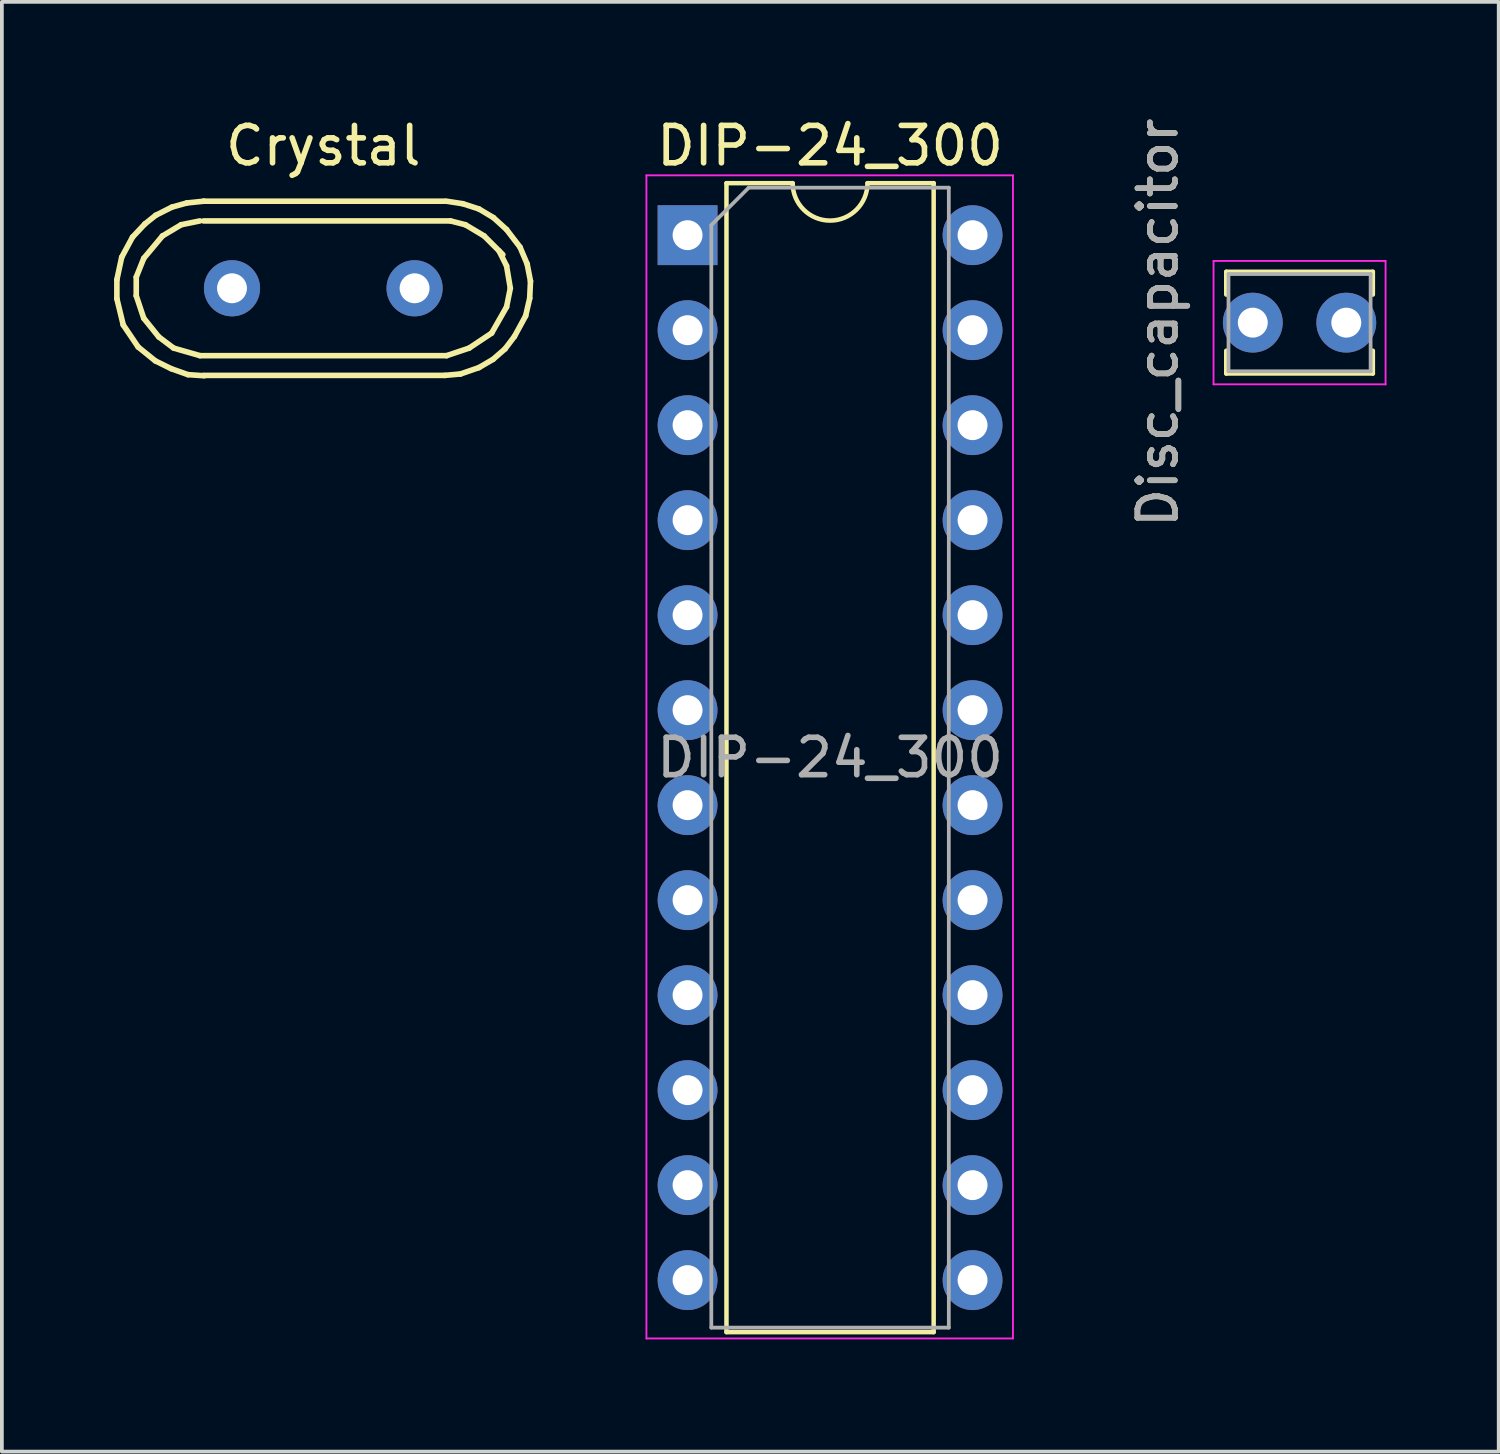
<source format=kicad_pcb>
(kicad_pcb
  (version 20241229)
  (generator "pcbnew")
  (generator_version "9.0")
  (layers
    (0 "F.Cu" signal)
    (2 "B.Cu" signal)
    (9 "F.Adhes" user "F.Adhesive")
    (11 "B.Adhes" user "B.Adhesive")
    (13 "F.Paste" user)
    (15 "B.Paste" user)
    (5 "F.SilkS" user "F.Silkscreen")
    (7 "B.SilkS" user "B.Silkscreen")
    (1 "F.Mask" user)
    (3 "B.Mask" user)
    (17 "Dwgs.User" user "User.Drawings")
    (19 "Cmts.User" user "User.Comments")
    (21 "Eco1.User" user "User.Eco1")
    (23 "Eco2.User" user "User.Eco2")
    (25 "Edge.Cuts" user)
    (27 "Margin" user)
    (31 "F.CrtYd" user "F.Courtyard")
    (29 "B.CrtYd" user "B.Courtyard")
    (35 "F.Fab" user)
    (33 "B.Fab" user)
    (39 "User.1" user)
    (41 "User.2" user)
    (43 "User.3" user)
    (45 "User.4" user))
  (footprint "DIP-24_300"
    (layer "F.Cu")
    (at 15.334 3.238)
    (property "Reference" "DIP-24_300" (at 3.81 -2.39 0) (layer "F.SilkS") (effects (font (size 1 1) (thickness 0.15))))
    (attr through_hole)
    (fp_line (start 1.04 -1.39) (end 1.04 29.33) (stroke (width 0.12) (type solid)) (layer "F.SilkS"))
    (fp_line (start 1.04 29.33) (end 6.58 29.33) (stroke (width 0.12) (type solid)) (layer "F.SilkS"))
    (fp_line (start 2.81 -1.39) (end 1.04 -1.39) (stroke (width 0.12) (type solid)) (layer "F.SilkS"))
    (fp_line (start 6.58 -1.39) (end 4.81 -1.39) (stroke (width 0.12) (type solid)) (layer "F.SilkS"))
    (fp_line (start 6.58 29.33) (end 6.58 -1.39) (stroke (width 0.12) (type solid)) (layer "F.SilkS"))
    (fp_arc (start 4.81 -1.39) (mid 3.81 -0.39) (end 2.81 -1.39) (stroke (width 0.12) (type solid)) (layer "F.SilkS"))
    (fp_line (start -1.1 -1.6) (end -1.1 29.5) (stroke (width 0.05) (type solid)) (layer "F.CrtYd"))
    (fp_line (start -1.1 29.5) (end 8.7 29.5) (stroke (width 0.05) (type solid)) (layer "F.CrtYd"))
    (fp_line (start 8.7 -1.6) (end -1.1 -1.6) (stroke (width 0.05) (type solid)) (layer "F.CrtYd"))
    (fp_line (start 8.7 29.5) (end 8.7 -1.6) (stroke (width 0.05) (type solid)) (layer "F.CrtYd"))
    (fp_line (start 0.635 -0.27) (end 1.635 -1.27) (stroke (width 0.1) (type solid)) (layer "F.Fab"))
    (fp_line (start 0.635 29.21) (end 0.635 -0.27) (stroke (width 0.1) (type solid)) (layer "F.Fab"))
    (fp_line (start 1.635 -1.27) (end 6.985 -1.27) (stroke (width 0.1) (type solid)) (layer "F.Fab"))
    (fp_line (start 6.985 -1.27) (end 6.985 29.21) (stroke (width 0.1) (type solid)) (layer "F.Fab"))
    (fp_line (start 6.985 29.21) (end 0.635 29.21) (stroke (width 0.1) (type solid)) (layer "F.Fab"))
    (fp_text user "${REFERENCE}" (at 3.81 13.97 0) (layer "F.Fab") (effects (font (size 1 1) (thickness 0.15))))
    (pad "1" thru_hole rect (at 0 0) (size 1.6 1.6) (drill 0.8) (layers "*.Cu" "*.Mask"))
    (pad "2" thru_hole oval (at 0 2.54) (size 1.6 1.6) (drill 0.8) (layers "*.Cu" "*.Mask"))
    (pad "3" thru_hole oval (at 0 5.08) (size 1.6 1.6) (drill 0.8) (layers "*.Cu" "*.Mask"))
    (pad "4" thru_hole oval (at 0 7.62) (size 1.6 1.6) (drill 0.8) (layers "*.Cu" "*.Mask"))
    (pad "5" thru_hole oval (at 0 10.16) (size 1.6 1.6) (drill 0.8) (layers "*.Cu" "*.Mask"))
    (pad "6" thru_hole oval (at 0 12.7) (size 1.6 1.6) (drill 0.8) (layers "*.Cu" "*.Mask"))
    (pad "7" thru_hole oval (at 0 15.24) (size 1.6 1.6) (drill 0.8) (layers "*.Cu" "*.Mask"))
    (pad "8" thru_hole oval (at 0 17.78) (size 1.6 1.6) (drill 0.8) (layers "*.Cu" "*.Mask"))
    (pad "9" thru_hole oval (at 0 20.32) (size 1.6 1.6) (drill 0.8) (layers "*.Cu" "*.Mask"))
    (pad "10" thru_hole oval (at 0 22.86) (size 1.6 1.6) (drill 0.8) (layers "*.Cu" "*.Mask"))
    (pad "11" thru_hole oval (at 0 25.4) (size 1.6 1.6) (drill 0.8) (layers "*.Cu" "*.Mask"))
    (pad "12" thru_hole oval (at 0 27.94) (size 1.6 1.6) (drill 0.8) (layers "*.Cu" "*.Mask"))
    (pad "13" thru_hole oval (at 7.62 27.94) (size 1.6 1.6) (drill 0.8) (layers "*.Cu" "*.Mask"))
    (pad "14" thru_hole oval (at 7.62 25.4) (size 1.6 1.6) (drill 0.8) (layers "*.Cu" "*.Mask"))
    (pad "15" thru_hole oval (at 7.62 22.86) (size 1.6 1.6) (drill 0.8) (layers "*.Cu" "*.Mask"))
    (pad "16" thru_hole oval (at 7.62 20.32) (size 1.6 1.6) (drill 0.8) (layers "*.Cu" "*.Mask"))
    (pad "17" thru_hole oval (at 7.62 17.78) (size 1.6 1.6) (drill 0.8) (layers "*.Cu" "*.Mask"))
    (pad "18" thru_hole oval (at 7.62 15.24) (size 1.6 1.6) (drill 0.8) (layers "*.Cu" "*.Mask"))
    (pad "19" thru_hole oval (at 7.62 12.7) (size 1.6 1.6) (drill 0.8) (layers "*.Cu" "*.Mask"))
    (pad "20" thru_hole oval (at 7.62 10.16) (size 1.6 1.6) (drill 0.8) (layers "*.Cu" "*.Mask"))
    (pad "21" thru_hole oval (at 7.62 7.62) (size 1.6 1.6) (drill 0.8) (layers "*.Cu" "*.Mask"))
    (pad "22" thru_hole oval (at 7.62 5.08) (size 1.6 1.6) (drill 0.8) (layers "*.Cu" "*.Mask"))
    (pad "23" thru_hole oval (at 7.62 2.54) (size 1.6 1.6) (drill 0.8) (layers "*.Cu" "*.Mask"))
    (pad "24" thru_hole oval (at 7.62 0) (size 1.6 1.6) (drill 0.8) (layers "*.Cu" "*.Mask")))
  (footprint "Disc_capacitor"
    (layer "F.Cu")
    (at 30.447 5.577)
    (property "Reference" "Disc_capacitor" (at -2.54 0 90) (layer "F.SilkS") (effects (font (size 1 1) (thickness 0.15))))
    (attr through_hole)
    (fp_line (start -0.71 -1.36) (end -0.71 -0.75) (stroke (width 0.12) (type solid)) (layer "F.SilkS"))
    (fp_line (start -0.71 -1.36) (end 3.21 -1.36) (stroke (width 0.12) (type solid)) (layer "F.SilkS"))
    (fp_line (start -0.71 0.75) (end -0.71 1.36) (stroke (width 0.12) (type solid)) (layer "F.SilkS"))
    (fp_line (start -0.71 1.36) (end 3.21 1.36) (stroke (width 0.12) (type solid)) (layer "F.SilkS"))
    (fp_line (start 3.21 -1.36) (end 3.21 -0.75) (stroke (width 0.12) (type solid)) (layer "F.SilkS"))
    (fp_line (start 3.21 0.75) (end 3.21 1.36) (stroke (width 0.12) (type solid)) (layer "F.SilkS"))
    (fp_line (start -1.05 -1.65) (end -1.05 1.65) (stroke (width 0.05) (type solid)) (layer "F.CrtYd"))
    (fp_line (start -1.05 1.65) (end 3.55 1.65) (stroke (width 0.05) (type solid)) (layer "F.CrtYd"))
    (fp_line (start 3.55 -1.65) (end -1.05 -1.65) (stroke (width 0.05) (type solid)) (layer "F.CrtYd"))
    (fp_line (start 3.55 1.65) (end 3.55 -1.65) (stroke (width 0.05) (type solid)) (layer "F.CrtYd"))
    (fp_line (start -0.65 -1.3) (end -0.65 1.3) (stroke (width 0.1) (type solid)) (layer "F.Fab"))
    (fp_line (start -0.65 1.3) (end 3.15 1.3) (stroke (width 0.1) (type solid)) (layer "F.Fab"))
    (fp_line (start 3.15 -1.3) (end -0.65 -1.3) (stroke (width 0.1) (type solid)) (layer "F.Fab"))
    (fp_line (start 3.15 1.3) (end 3.15 -1.3) (stroke (width 0.1) (type solid)) (layer "F.Fab"))
    (fp_text user "${REFERENCE}" (at -2.54 0 90) (layer "F.Fab") (effects (font (size 1 1) (thickness 0.15))))
    (pad "1" thru_hole circle (at 0 0) (size 1.6 1.6) (drill 0.8) (layers "*.Cu" "*.Mask"))
    (pad "2" thru_hole circle (at 2.5 0) (size 1.6 1.6) (drill 0.8) (layers "*.Cu" "*.Mask")))
  (footprint "Crystal"
    (layer "F.Cu")
    (at 5.594 4.658)
    (property "Reference" "Crystal" (at 0 -3.81 0) (layer "F.SilkS") (effects (font (size 1 1) (thickness 0.15))))
    (attr through_hole)
    (fp_line (start -5.519 -0.231) (end -5.519 0.279) (stroke (width 0.15) (type solid)) (layer "F.SilkS"))
    (fp_line (start -5.519 0.279) (end -5.349 0.98) (stroke (width 0.15) (type solid)) (layer "F.SilkS"))
    (fp_line (start -5.39 -0.831) (end -5.519 -0.231) (stroke (width 0.15) (type solid)) (layer "F.SilkS"))
    (fp_line (start -5.349 0.98) (end -4.95 1.57) (stroke (width 0.15) (type solid)) (layer "F.SilkS"))
    (fp_line (start -5.1 -1.369) (end -5.39 -0.831) (stroke (width 0.15) (type solid)) (layer "F.SilkS"))
    (fp_line (start -5.001 -0.3) (end -4.801 -0.8) (stroke (width 0.15) (type solid)) (layer "F.SilkS"))
    (fp_line (start -5.001 0.201) (end -5.001 -0.3) (stroke (width 0.15) (type solid)) (layer "F.SilkS"))
    (fp_line (start -4.95 1.57) (end -4.491 1.941) (stroke (width 0.15) (type solid)) (layer "F.SilkS"))
    (fp_line (start -4.801 -0.8) (end -4.3 -1.4) (stroke (width 0.15) (type solid)) (layer "F.SilkS"))
    (fp_line (start -4.801 0.8) (end -5.001 0.201) (stroke (width 0.15) (type solid)) (layer "F.SilkS"))
    (fp_line (start -4.77 -1.72) (end -5.1 -1.369) (stroke (width 0.15) (type solid)) (layer "F.SilkS"))
    (fp_line (start -4.491 1.941) (end -4.069 2.149) (stroke (width 0.15) (type solid)) (layer "F.SilkS"))
    (fp_line (start -4.481 -1.951) (end -4.77 -1.72) (stroke (width 0.15) (type solid)) (layer "F.SilkS"))
    (fp_line (start -4.399 1.3) (end -4.801 0.8) (stroke (width 0.15) (type solid)) (layer "F.SilkS"))
    (fp_line (start -4.3 -1.4) (end -3.8 -1.699) (stroke (width 0.15) (type solid)) (layer "F.SilkS"))
    (fp_line (start -4.069 2.149) (end -3.619 2.309) (stroke (width 0.15) (type solid)) (layer "F.SilkS"))
    (fp_line (start -4.049 -2.169) (end -4.481 -1.951) (stroke (width 0.15) (type solid)) (layer "F.SilkS"))
    (fp_line (start -4 1.6) (end -4.399 1.3) (stroke (width 0.15) (type solid)) (layer "F.SilkS"))
    (fp_line (start -3.8 -1.699) (end -3.299 -1.801) (stroke (width 0.15) (type solid)) (layer "F.SilkS"))
    (fp_line (start -3.65 -2.281) (end -4.049 -2.169) (stroke (width 0.15) (type solid)) (layer "F.SilkS"))
    (fp_line (start -3.619 2.309) (end -3.18 2.339) (stroke (width 0.15) (type solid)) (layer "F.SilkS"))
    (fp_line (start -3.299 1.801) (end -4 1.6) (stroke (width 0.15) (type solid)) (layer "F.SilkS"))
    (fp_line (start -3.2 -2.329) (end 3.251 -2.329) (stroke (width 0.15) (type solid)) (layer "F.SilkS"))
    (fp_line (start -3.2 -1.801) (end 3.401 -1.801) (stroke (width 0.15) (type solid)) (layer "F.SilkS"))
    (fp_line (start -3.2 2.329) (end 3.251 2.329) (stroke (width 0.15) (type solid)) (layer "F.SilkS"))
    (fp_line (start -3.19 -2.329) (end -3.65 -2.281) (stroke (width 0.15) (type solid)) (layer "F.SilkS"))
    (fp_line (start 3.251 2.329) (end 3.67 2.291) (stroke (width 0.15) (type solid)) (layer "F.SilkS"))
    (fp_line (start 3.299 1.801) (end -3.299 1.801) (stroke (width 0.15) (type solid)) (layer "F.SilkS"))
    (fp_line (start 3.401 -1.801) (end 3.8 -1.699) (stroke (width 0.15) (type solid)) (layer "F.SilkS"))
    (fp_line (start 3.67 2.291) (end 4.161 2.121) (stroke (width 0.15) (type solid)) (layer "F.SilkS"))
    (fp_line (start 3.731 -2.261) (end 3.289 -2.329) (stroke (width 0.15) (type solid)) (layer "F.SilkS"))
    (fp_line (start 3.8 -1.699) (end 4.3 -1.4) (stroke (width 0.15) (type solid)) (layer "F.SilkS"))
    (fp_line (start 3.899 1.6) (end 3.299 1.801) (stroke (width 0.15) (type solid)) (layer "F.SilkS"))
    (fp_line (start 4.161 -2.121) (end 3.731 -2.261) (stroke (width 0.15) (type solid)) (layer "F.SilkS"))
    (fp_line (start 4.161 2.121) (end 4.539 1.9) (stroke (width 0.15) (type solid)) (layer "F.SilkS"))
    (fp_line (start 4.3 -1.4) (end 4.801 -0.899) (stroke (width 0.15) (type solid)) (layer "F.SilkS"))
    (fp_line (start 4.501 1.199) (end 3.899 1.6) (stroke (width 0.15) (type solid)) (layer "F.SilkS"))
    (fp_line (start 4.539 1.9) (end 4.859 1.621) (stroke (width 0.15) (type solid)) (layer "F.SilkS"))
    (fp_line (start 4.549 -1.89) (end 4.161 -2.121) (stroke (width 0.15) (type solid)) (layer "F.SilkS"))
    (fp_line (start 4.699 -1.001) (end 4.9 -0.599) (stroke (width 0.15) (type solid)) (layer "F.SilkS"))
    (fp_line (start 4.859 1.621) (end 5.11 1.29) (stroke (width 0.15) (type solid)) (layer "F.SilkS"))
    (fp_line (start 4.9 -1.57) (end 4.549 -1.89) (stroke (width 0.15) (type solid)) (layer "F.SilkS"))
    (fp_line (start 4.9 -0.599) (end 5.001 0) (stroke (width 0.15) (type solid)) (layer "F.SilkS"))
    (fp_line (start 4.9 0.5) (end 4.501 1.199) (stroke (width 0.15) (type solid)) (layer "F.SilkS"))
    (fp_line (start 5.001 0) (end 4.9 0.5) (stroke (width 0.15) (type solid)) (layer "F.SilkS"))
    (fp_line (start 5.11 1.29) (end 5.41 0.739) (stroke (width 0.15) (type solid)) (layer "F.SilkS"))
    (fp_line (start 5.26 -1.1) (end 4.9 -1.57) (stroke (width 0.15) (type solid)) (layer "F.SilkS"))
    (fp_line (start 5.41 0.739) (end 5.519 0.269) (stroke (width 0.15) (type solid)) (layer "F.SilkS"))
    (fp_line (start 5.451 -0.65) (end 5.26 -1.1) (stroke (width 0.15) (type solid)) (layer "F.SilkS"))
    (fp_line (start 5.519 0.269) (end 5.54 -0.191) (stroke (width 0.15) (type solid)) (layer "F.SilkS"))
    (fp_line (start 5.54 -0.191) (end 5.451 -0.65) (stroke (width 0.15) (type solid)) (layer "F.SilkS"))
    (pad "1" thru_hole circle (at -2.441 0) (size 1.501 1.501) (drill 0.8) (layers "*.Cu" "*.Mask"))
    (pad "2" thru_hole circle (at 2.441 0) (size 1.501 1.501) (drill 0.8) (layers "*.Cu" "*.Mask")))
  (gr_rect
    (start -3 -3)
    (end 37.022 35.763)
    (stroke (width 0.1) (type default))
    (fill no)
    (layer "Edge.Cuts")))
</source>
